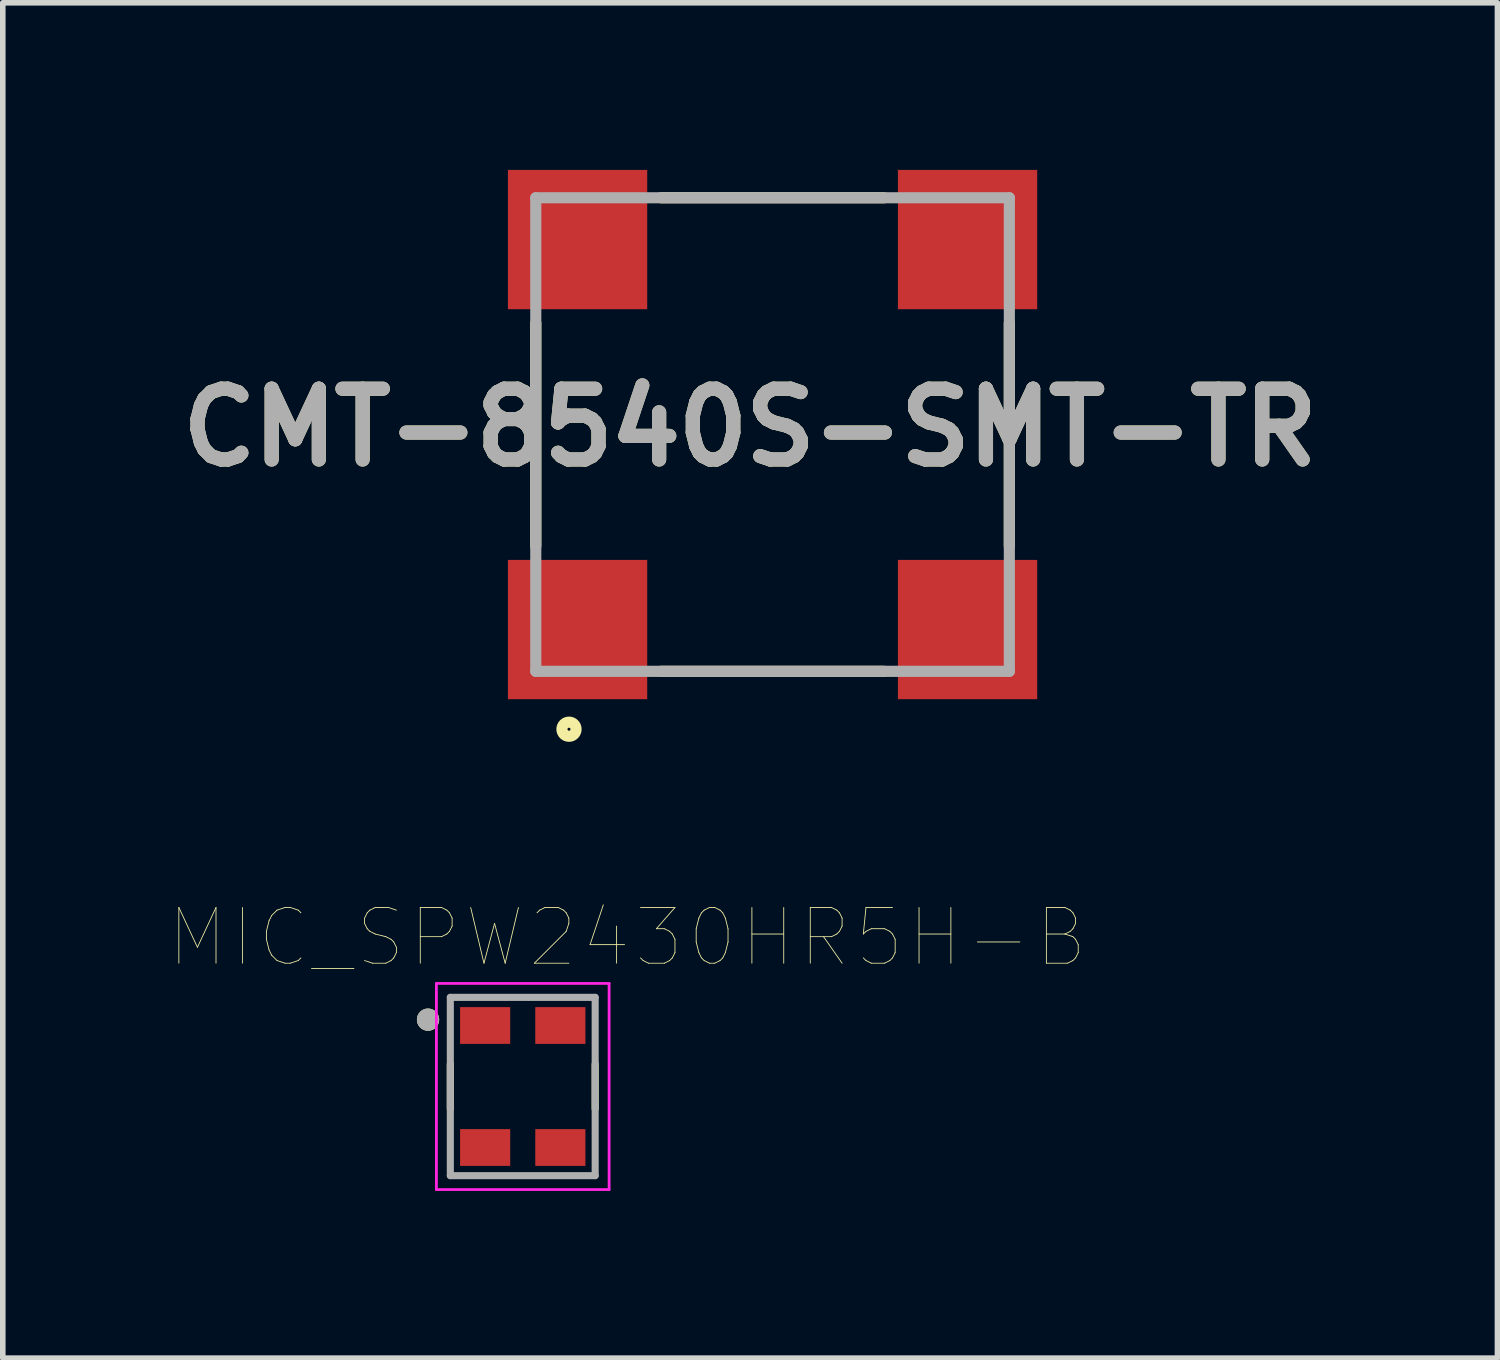
<source format=kicad_pcb>
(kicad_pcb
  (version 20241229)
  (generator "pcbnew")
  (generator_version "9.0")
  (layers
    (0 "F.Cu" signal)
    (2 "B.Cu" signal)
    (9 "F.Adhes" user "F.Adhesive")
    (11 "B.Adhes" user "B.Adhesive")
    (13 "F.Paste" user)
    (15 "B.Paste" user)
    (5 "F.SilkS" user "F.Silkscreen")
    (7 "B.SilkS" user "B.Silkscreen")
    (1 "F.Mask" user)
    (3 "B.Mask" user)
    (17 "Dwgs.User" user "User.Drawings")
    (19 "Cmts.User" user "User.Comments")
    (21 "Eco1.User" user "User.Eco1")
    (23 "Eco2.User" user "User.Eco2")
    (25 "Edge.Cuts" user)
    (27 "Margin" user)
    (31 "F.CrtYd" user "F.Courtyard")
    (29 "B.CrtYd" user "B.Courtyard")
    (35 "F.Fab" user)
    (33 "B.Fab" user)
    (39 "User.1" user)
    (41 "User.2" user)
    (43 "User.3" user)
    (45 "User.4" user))
  (footprint "MIC_SPW2430HR5H-B"
    (layer "F.Cu")
    (at 6.333 16.452)
    (property "Reference" "MIC_SPW2430HR5H-B" (at 1.875 -2.675 0) (layer "F.SilkS") (effects (font (size 1 1) (thickness 0.015))))
    (attr through_hole)
    (fp_line (start -1.3 -0.4) (end -1.3 0.4) (stroke (width 0.127) (type solid)) (layer "F.SilkS"))
    (fp_line (start 1.3 -0.4) (end 1.3 0.4) (stroke (width 0.127) (type solid)) (layer "F.SilkS"))
    (fp_circle (center -1.7 -1.2) (end -1.6 -1.2) (stroke (width 0.2) (type solid)) (fill no) (layer "F.SilkS"))
    (fp_line (start -1.55 -1.85) (end 1.55 -1.85) (stroke (width 0.05) (type solid)) (layer "F.CrtYd"))
    (fp_line (start -1.55 1.85) (end -1.55 -1.85) (stroke (width 0.05) (type solid)) (layer "F.CrtYd"))
    (fp_line (start 1.55 -1.85) (end 1.55 1.85) (stroke (width 0.05) (type solid)) (layer "F.CrtYd"))
    (fp_line (start 1.55 1.85) (end -1.55 1.85) (stroke (width 0.05) (type solid)) (layer "F.CrtYd"))
    (fp_line (start -1.3 -1.6) (end 1.3 -1.6) (stroke (width 0.127) (type solid)) (layer "F.Fab"))
    (fp_line (start -1.3 1.6) (end -1.3 -1.6) (stroke (width 0.127) (type solid)) (layer "F.Fab"))
    (fp_line (start 1.3 -1.6) (end 1.3 1.6) (stroke (width 0.127) (type solid)) (layer "F.Fab"))
    (fp_line (start 1.3 1.6) (end -1.3 1.6) (stroke (width 0.127) (type solid)) (layer "F.Fab"))
    (fp_circle (center -1.7 -1.2) (end -1.6 -1.2) (stroke (width 0.2) (type solid)) (fill no) (layer "F.Fab"))
    (pad "1" smd rect (at -0.675 -1.095) (size 0.9 0.66) (layers "F.Cu" "F.Mask" "F.Paste"))
    (pad "2" smd rect (at -0.675 1.095) (size 0.9 0.66) (layers "F.Cu" "F.Mask" "F.Paste"))
    (pad "3" smd rect (at 0.675 1.095) (size 0.9 0.66) (layers "F.Cu" "F.Mask" "F.Paste"))
    (pad "4" smd rect (at 0.675 -1.095) (size 0.9 0.66) (layers "F.Cu" "F.Mask" "F.Paste")))
  (footprint "CMT-8540S-SMT-TR"
    (layer "F.Cu")
    (at 10.817 4.75)
    (property "Reference" "CMT-8540S-SMT-TR" (at -0.403 -0.127 0) (layer "F.SilkS") (effects (font (size 1.27 1.27) (thickness 0.254))))
    (attr smd)
    (fp_line (start -4.25 -2) (end -4.25 2) (stroke (width 0.2) (type solid)) (layer "F.SilkS"))
    (fp_line (start -2 -4.25) (end 2 -4.25) (stroke (width 0.2) (type solid)) (layer "F.SilkS"))
    (fp_line (start -2 4.25) (end 2 4.25) (stroke (width 0.2) (type solid)) (layer "F.SilkS"))
    (fp_line (start 4.25 -2) (end 4.25 2) (stroke (width 0.2) (type solid)) (layer "F.SilkS"))
    (fp_circle (center -3.654 5.289) (end -3.654 5.316) (stroke (width 0.2) (type solid)) (fill no) (layer "F.SilkS"))
    (fp_line (start -4.25 -4.25) (end 4.25 -4.25) (stroke (width 0.2) (type solid)) (layer "F.Fab"))
    (fp_line (start -4.25 4.25) (end -4.25 -4.25) (stroke (width 0.2) (type solid)) (layer "F.Fab"))
    (fp_line (start 4.25 -4.25) (end 4.25 4.25) (stroke (width 0.2) (type solid)) (layer "F.Fab"))
    (fp_line (start 4.25 4.25) (end -4.25 4.25) (stroke (width 0.2) (type solid)) (layer "F.Fab"))
    (fp_text user "${REFERENCE}" (at -0.403 -0.127 0) (layer "F.Fab") (effects (font (size 1.27 1.27) (thickness 0.254))))
    (pad "1" smd rect (at -3.5 3.5 90) (size 2.5 2.5) (layers "F.Cu" "F.Mask" "F.Paste"))
    (pad "2" smd rect (at 3.5 3.5 90) (size 2.5 2.5) (layers "F.Cu" "F.Mask" "F.Paste"))
    (pad "3" smd rect (at 3.5 -3.5 90) (size 2.5 2.5) (layers "F.Cu" "F.Mask" "F.Paste"))
    (pad "4" smd rect (at -3.5 -3.5 90) (size 2.5 2.5) (layers "F.Cu" "F.Mask" "F.Paste")))
  (gr_rect
    (start -3 -3)
    (end 23.828 21.327)
    (stroke (width 0.1) (type default))
    (fill no)
    (layer "Edge.Cuts")))
</source>
